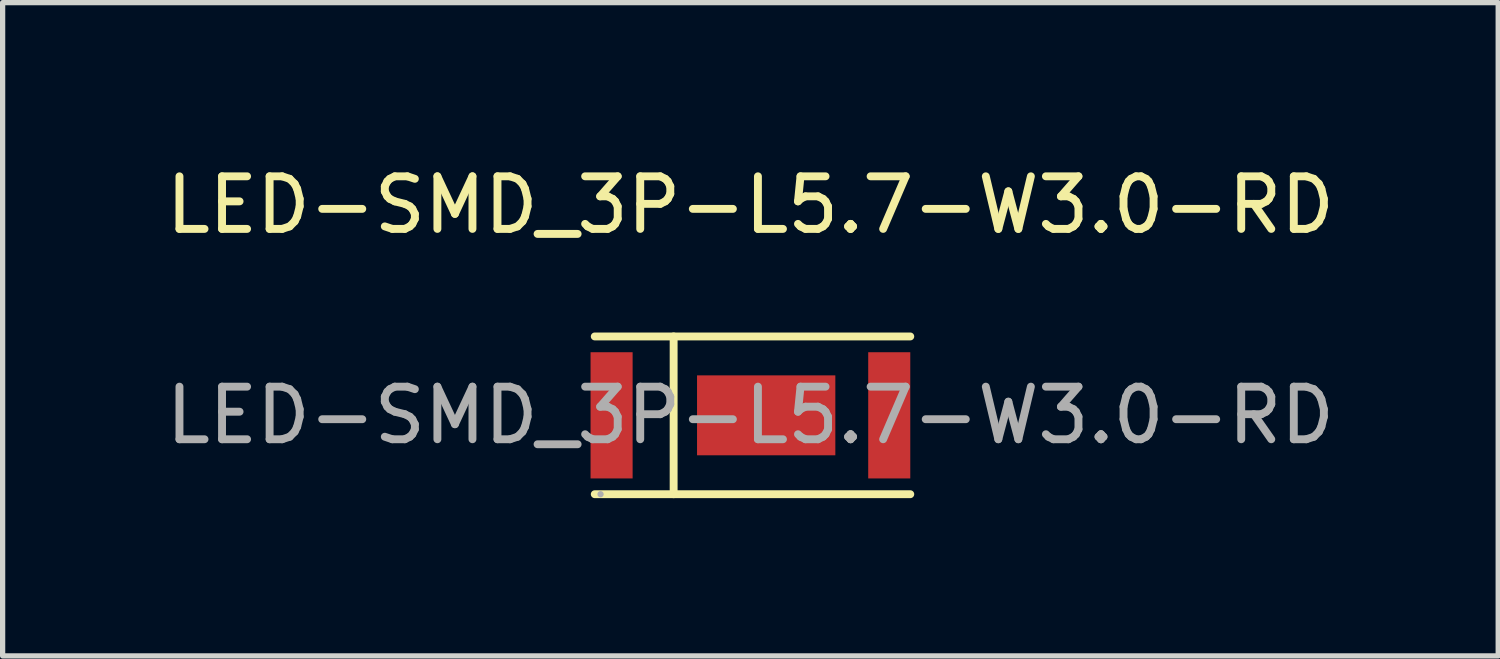
<source format=kicad_pcb>
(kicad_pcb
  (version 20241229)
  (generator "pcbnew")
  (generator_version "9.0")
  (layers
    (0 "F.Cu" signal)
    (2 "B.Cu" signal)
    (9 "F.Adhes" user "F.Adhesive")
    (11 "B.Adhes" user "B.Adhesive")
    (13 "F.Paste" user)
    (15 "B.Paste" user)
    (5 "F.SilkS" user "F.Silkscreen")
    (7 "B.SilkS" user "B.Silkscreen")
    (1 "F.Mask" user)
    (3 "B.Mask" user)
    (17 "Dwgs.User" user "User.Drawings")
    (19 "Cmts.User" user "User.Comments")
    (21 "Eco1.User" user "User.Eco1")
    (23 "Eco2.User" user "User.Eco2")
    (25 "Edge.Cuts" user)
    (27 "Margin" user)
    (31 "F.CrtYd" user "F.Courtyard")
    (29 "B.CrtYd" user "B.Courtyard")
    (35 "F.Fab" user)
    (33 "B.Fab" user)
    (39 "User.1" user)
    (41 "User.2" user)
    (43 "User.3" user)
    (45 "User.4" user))
  (footprint "LED-SMD_3P-L5.7-W3.0-RD"
    (layer "F.Cu")
    (at 11.22 4.848)
    (property "Reference" "LED-SMD_3P-L5.7-W3.0-RD" (at 0 -4 0) (layer "F.SilkS") (effects (font (size 1 1) (thickness 0.15))))
    (attr smd)
    (fp_line (start -1.46 -1.5) (end -1.46 1.5) (stroke (width 0.15) (type solid)) (layer "F.SilkS"))
    (fp_line (start 3.04 -1.5) (end -2.96 -1.5) (stroke (width 0.15) (type solid)) (layer "F.SilkS"))
    (fp_line (start 3.04 1.5) (end -2.96 1.5) (stroke (width 0.15) (type solid)) (layer "F.SilkS"))
    (fp_circle (center -2.85 1.5) (end -2.82 1.5) (stroke (width 0.06) (type solid)) (fill no) (layer "F.Fab"))
    (fp_text user "${REFERENCE}" (at 0 0 0) (layer "F.Fab") (effects (font (size 1 1) (thickness 0.15))))
    (pad "1" smd rect (at -2.64 0 90) (size 2.4 0.8) (layers "F.Cu" "F.Mask" "F.Paste"))
    (pad "2" smd rect (at 2.64 0 270) (size 2.4 0.8) (layers "F.Cu" "F.Mask" "F.Paste"))
    (pad "3" smd rect (at 0.3 0 180) (size 2.63 1.52) (layers "F.Cu" "F.Mask" "F.Paste")))
  (gr_rect
    (start -3 -3)
    (end 25.44 9.423)
    (stroke (width 0.1) (type default))
    (fill no)
    (layer "Edge.Cuts")))
</source>
